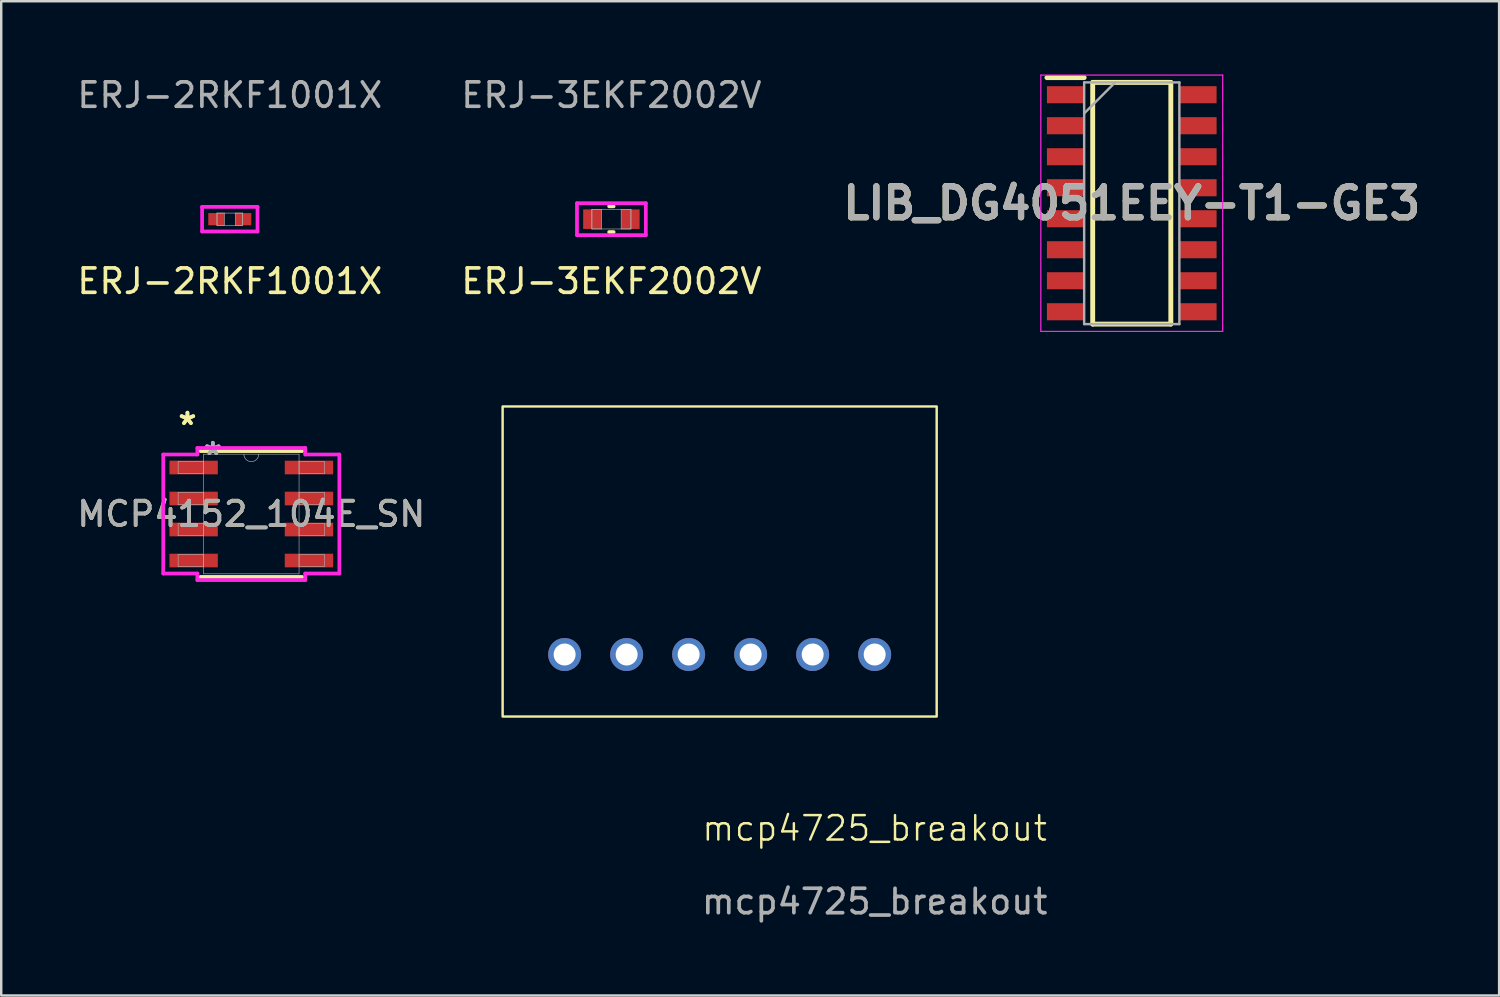
<source format=kicad_pcb>
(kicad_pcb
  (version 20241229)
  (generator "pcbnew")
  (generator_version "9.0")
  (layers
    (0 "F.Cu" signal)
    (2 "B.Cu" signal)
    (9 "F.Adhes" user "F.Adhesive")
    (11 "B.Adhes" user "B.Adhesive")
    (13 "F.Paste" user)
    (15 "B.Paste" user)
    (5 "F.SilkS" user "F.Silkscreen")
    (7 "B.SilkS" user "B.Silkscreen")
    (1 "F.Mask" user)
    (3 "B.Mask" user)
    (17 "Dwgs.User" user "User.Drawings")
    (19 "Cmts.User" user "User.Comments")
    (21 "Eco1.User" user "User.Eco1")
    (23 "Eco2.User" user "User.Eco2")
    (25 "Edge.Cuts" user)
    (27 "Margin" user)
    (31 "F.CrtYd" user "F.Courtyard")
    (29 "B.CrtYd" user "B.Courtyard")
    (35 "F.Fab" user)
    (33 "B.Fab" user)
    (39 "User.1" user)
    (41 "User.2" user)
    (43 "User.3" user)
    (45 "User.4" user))
  (footprint "LIB_DG4051EEY-T1-GE3"
    (layer "F.Cu")
    (at 43.309 5.275)
    (property "Reference" "LIB_DG4051EEY-T1-GE3" (at 0 0 0) (layer "F.SilkS") (effects (font (size 1.27 1.27) (thickness 0.254))))
    (attr smd)
    (fp_line (start -3.475 -5.145) (end -1.95 -5.145) (stroke (width 0.2) (type solid)) (layer "F.SilkS"))
    (fp_line (start -1.6 -4.95) (end 1.6 -4.95) (stroke (width 0.2) (type solid)) (layer "F.SilkS"))
    (fp_line (start -1.6 4.95) (end -1.6 -4.95) (stroke (width 0.2) (type solid)) (layer "F.SilkS"))
    (fp_line (start 1.6 -4.95) (end 1.6 4.95) (stroke (width 0.2) (type solid)) (layer "F.SilkS"))
    (fp_line (start 1.6 4.95) (end -1.6 4.95) (stroke (width 0.2) (type solid)) (layer "F.SilkS"))
    (fp_line (start -3.725 -5.25) (end 3.725 -5.25) (stroke (width 0.05) (type solid)) (layer "F.CrtYd"))
    (fp_line (start -3.725 5.25) (end -3.725 -5.25) (stroke (width 0.05) (type solid)) (layer "F.CrtYd"))
    (fp_line (start 3.725 -5.25) (end 3.725 5.25) (stroke (width 0.05) (type solid)) (layer "F.CrtYd"))
    (fp_line (start 3.725 5.25) (end -3.725 5.25) (stroke (width 0.05) (type solid)) (layer "F.CrtYd"))
    (fp_line (start -1.95 -4.95) (end 1.95 -4.95) (stroke (width 0.1) (type solid)) (layer "F.Fab"))
    (fp_line (start -1.95 -3.68) (end -0.68 -4.95) (stroke (width 0.1) (type solid)) (layer "F.Fab"))
    (fp_line (start -1.95 4.95) (end -1.95 -4.95) (stroke (width 0.1) (type solid)) (layer "F.Fab"))
    (fp_line (start 1.95 -4.95) (end 1.95 4.95) (stroke (width 0.1) (type solid)) (layer "F.Fab"))
    (fp_line (start 1.95 4.95) (end -1.95 4.95) (stroke (width 0.1) (type solid)) (layer "F.Fab"))
    (fp_text user "${REFERENCE}" (at 0 0 0) (layer "F.Fab") (effects (font (size 1.27 1.27) (thickness 0.254))))
    (pad "1" smd rect (at -2.712 -4.445 90) (size 0.7 1.525) (layers "F.Cu" "F.Mask" "F.Paste"))
    (pad "2" smd rect (at -2.712 -3.175 90) (size 0.7 1.525) (layers "F.Cu" "F.Mask" "F.Paste"))
    (pad "3" smd rect (at -2.712 -1.905 90) (size 0.7 1.525) (layers "F.Cu" "F.Mask" "F.Paste"))
    (pad "4" smd rect (at -2.712 -0.635 90) (size 0.7 1.525) (layers "F.Cu" "F.Mask" "F.Paste"))
    (pad "5" smd rect (at -2.712 0.635 90) (size 0.7 1.525) (layers "F.Cu" "F.Mask" "F.Paste"))
    (pad "6" smd rect (at -2.712 1.905 90) (size 0.7 1.525) (layers "F.Cu" "F.Mask" "F.Paste"))
    (pad "7" smd rect (at -2.712 3.175 90) (size 0.7 1.525) (layers "F.Cu" "F.Mask" "F.Paste"))
    (pad "8" smd rect (at -2.712 4.445 90) (size 0.7 1.525) (layers "F.Cu" "F.Mask" "F.Paste"))
    (pad "9" smd rect (at 2.712 4.445 90) (size 0.7 1.525) (layers "F.Cu" "F.Mask" "F.Paste"))
    (pad "10" smd rect (at 2.712 3.175 90) (size 0.7 1.525) (layers "F.Cu" "F.Mask" "F.Paste"))
    (pad "11" smd rect (at 2.712 1.905 90) (size 0.7 1.525) (layers "F.Cu" "F.Mask" "F.Paste"))
    (pad "12" smd rect (at 2.712 0.635 90) (size 0.7 1.525) (layers "F.Cu" "F.Mask" "F.Paste"))
    (pad "13" smd rect (at 2.712 -0.635 90) (size 0.7 1.525) (layers "F.Cu" "F.Mask" "F.Paste"))
    (pad "14" smd rect (at 2.712 -1.905 90) (size 0.7 1.525) (layers "F.Cu" "F.Mask" "F.Paste"))
    (pad "15" smd rect (at 2.712 -3.175 90) (size 0.7 1.525) (layers "F.Cu" "F.Mask" "F.Paste"))
    (pad "16" smd rect (at 2.712 -4.445 90) (size 0.7 1.525) (layers "F.Cu" "F.Mask" "F.Paste")))
  (footprint "ERJ-3EKF2002V"
    (layer "F.Cu")
    (at 21.994 5.928)
    (property "Reference" "ERJ-3EKF2002V" (at 0 2.54 0) (unlocked yes) (layer "F.SilkS") (effects (font (size 1 1) (thickness 0.15))))
    (attr smd)
    (fp_line (start -0.092 0.527) (end 0.092 0.527) (stroke (width 0.152) (type solid)) (layer "F.SilkS"))
    (fp_line (start 0.092 -0.527) (end -0.092 -0.527) (stroke (width 0.152) (type solid)) (layer "F.SilkS"))
    (fp_line (start -1.41 -0.654) (end 1.41 -0.654) (stroke (width 0.152) (type solid)) (layer "F.CrtYd"))
    (fp_line (start -1.41 0.654) (end -1.41 -0.654) (stroke (width 0.152) (type solid)) (layer "F.CrtYd"))
    (fp_line (start 1.41 -0.654) (end 1.41 0.654) (stroke (width 0.152) (type solid)) (layer "F.CrtYd"))
    (fp_line (start 1.41 0.654) (end -1.41 0.654) (stroke (width 0.152) (type solid)) (layer "F.CrtYd"))
    (fp_line (start -0.8 -0.4) (end -0.8 0.4) (stroke (width 0.025) (type solid)) (layer "F.Fab"))
    (fp_line (start -0.8 -0.4) (end -0.8 0.4) (stroke (width 0.025) (type solid)) (layer "F.Fab"))
    (fp_line (start -0.8 0.4) (end -0.4 0.4) (stroke (width 0.025) (type solid)) (layer "F.Fab"))
    (fp_line (start -0.8 0.4) (end 0.8 0.4) (stroke (width 0.025) (type solid)) (layer "F.Fab"))
    (fp_line (start -0.4 -0.4) (end -0.8 -0.4) (stroke (width 0.025) (type solid)) (layer "F.Fab"))
    (fp_line (start -0.4 0.4) (end -0.4 -0.4) (stroke (width 0.025) (type solid)) (layer "F.Fab"))
    (fp_line (start 0.4 -0.4) (end 0.4 0.4) (stroke (width 0.025) (type solid)) (layer "F.Fab"))
    (fp_line (start 0.4 0.4) (end 0.8 0.4) (stroke (width 0.025) (type solid)) (layer "F.Fab"))
    (fp_line (start 0.8 -0.4) (end -0.8 -0.4) (stroke (width 0.025) (type solid)) (layer "F.Fab"))
    (fp_line (start 0.8 -0.4) (end 0.4 -0.4) (stroke (width 0.025) (type solid)) (layer "F.Fab"))
    (fp_line (start 0.8 0.4) (end 0.8 -0.4) (stroke (width 0.025) (type solid)) (layer "F.Fab"))
    (fp_line (start 0.8 0.4) (end 0.8 -0.4) (stroke (width 0.025) (type solid)) (layer "F.Fab"))
    (fp_text user "${REFERENCE}" (at 0 -5.08 0) (unlocked yes) (layer "F.Fab") (effects (font (size 1 1) (thickness 0.15))))
    (pad "1" smd rect (at -0.778 0) (size 0.756 0.8) (layers "F.Cu" "F.Mask" "F.Paste"))
    (pad "2" smd rect (at 0.778 0) (size 0.756 0.8) (layers "F.Cu" "F.Mask" "F.Paste"))
    (zone (net_name "") (layer "F.Cu") (hatch full 0.508) (connect_pads) (min_thickness 0.254) (filled_areas_thickness no) (keepout (tracks not_allowed) (vias not_allowed) (pads allowed) (copperpour not_allowed) (footprints allowed)) (placement (enabled no)) (fill) (polygon (pts (xy 21.645 5.579) (xy 22.343 5.579) (xy 22.343 6.277) (xy 21.645 6.277)))))
  (footprint "MCP4152_104E_SN"
    (layer "F.Cu")
    (at 7.244 18.005)
    (property "Reference" "MCP4152_104E_SN" (at 0 0 0) (unlocked yes) (layer "F.SilkS") (effects (font (size 1 1) (thickness 0.15))))
    (attr smd)
    (fp_line (start -2.083 2.578) (end 2.083 2.578) (stroke (width 0.152) (type solid)) (layer "F.SilkS"))
    (fp_line (start 2.083 -2.578) (end -2.083 -2.578) (stroke (width 0.152) (type solid)) (layer "F.SilkS"))
    (fp_line (start -3.607 -2.438) (end -2.21 -2.438) (stroke (width 0.152) (type solid)) (layer "F.CrtYd"))
    (fp_line (start -3.607 2.438) (end -3.607 -2.438) (stroke (width 0.152) (type solid)) (layer "F.CrtYd"))
    (fp_line (start -3.607 2.438) (end -2.21 2.438) (stroke (width 0.152) (type solid)) (layer "F.CrtYd"))
    (fp_line (start -2.21 -2.705) (end 2.21 -2.705) (stroke (width 0.152) (type solid)) (layer "F.CrtYd"))
    (fp_line (start -2.21 -2.438) (end -2.21 -2.705) (stroke (width 0.152) (type solid)) (layer "F.CrtYd"))
    (fp_line (start -2.21 2.705) (end -2.21 2.438) (stroke (width 0.152) (type solid)) (layer "F.CrtYd"))
    (fp_line (start 2.21 -2.705) (end 2.21 -2.438) (stroke (width 0.152) (type solid)) (layer "F.CrtYd"))
    (fp_line (start 2.21 2.438) (end 2.21 2.705) (stroke (width 0.152) (type solid)) (layer "F.CrtYd"))
    (fp_line (start 2.21 2.705) (end -2.21 2.705) (stroke (width 0.152) (type solid)) (layer "F.CrtYd"))
    (fp_line (start 3.607 -2.438) (end 2.21 -2.438) (stroke (width 0.152) (type solid)) (layer "F.CrtYd"))
    (fp_line (start 3.607 -2.438) (end 3.607 2.438) (stroke (width 0.152) (type solid)) (layer "F.CrtYd"))
    (fp_line (start 3.607 2.438) (end 2.21 2.438) (stroke (width 0.152) (type solid)) (layer "F.CrtYd"))
    (fp_line (start -2.997 -2.159) (end -2.997 -1.651) (stroke (width 0.025) (type solid)) (layer "F.Fab"))
    (fp_line (start -2.997 -1.651) (end -1.956 -1.651) (stroke (width 0.025) (type solid)) (layer "F.Fab"))
    (fp_line (start -2.997 -0.889) (end -2.997 -0.381) (stroke (width 0.025) (type solid)) (layer "F.Fab"))
    (fp_line (start -2.997 -0.381) (end -1.956 -0.381) (stroke (width 0.025) (type solid)) (layer "F.Fab"))
    (fp_line (start -2.997 0.381) (end -2.997 0.889) (stroke (width 0.025) (type solid)) (layer "F.Fab"))
    (fp_line (start -2.997 0.889) (end -1.956 0.889) (stroke (width 0.025) (type solid)) (layer "F.Fab"))
    (fp_line (start -2.997 1.651) (end -2.997 2.159) (stroke (width 0.025) (type solid)) (layer "F.Fab"))
    (fp_line (start -2.997 2.159) (end -1.956 2.159) (stroke (width 0.025) (type solid)) (layer "F.Fab"))
    (fp_line (start -1.956 -2.451) (end -1.956 2.451) (stroke (width 0.025) (type solid)) (layer "F.Fab"))
    (fp_line (start -1.956 -2.159) (end -2.997 -2.159) (stroke (width 0.025) (type solid)) (layer "F.Fab"))
    (fp_line (start -1.956 -1.651) (end -1.956 -2.159) (stroke (width 0.025) (type solid)) (layer "F.Fab"))
    (fp_line (start -1.956 -0.889) (end -2.997 -0.889) (stroke (width 0.025) (type solid)) (layer "F.Fab"))
    (fp_line (start -1.956 -0.381) (end -1.956 -0.889) (stroke (width 0.025) (type solid)) (layer "F.Fab"))
    (fp_line (start -1.956 0.381) (end -2.997 0.381) (stroke (width 0.025) (type solid)) (layer "F.Fab"))
    (fp_line (start -1.956 0.889) (end -1.956 0.381) (stroke (width 0.025) (type solid)) (layer "F.Fab"))
    (fp_line (start -1.956 1.651) (end -2.997 1.651) (stroke (width 0.025) (type solid)) (layer "F.Fab"))
    (fp_line (start -1.956 2.159) (end -1.956 1.651) (stroke (width 0.025) (type solid)) (layer "F.Fab"))
    (fp_line (start -1.956 2.451) (end 1.956 2.451) (stroke (width 0.025) (type solid)) (layer "F.Fab"))
    (fp_line (start 1.956 -2.451) (end -1.956 -2.451) (stroke (width 0.025) (type solid)) (layer "F.Fab"))
    (fp_line (start 1.956 -2.159) (end 1.956 -1.651) (stroke (width 0.025) (type solid)) (layer "F.Fab"))
    (fp_line (start 1.956 -1.651) (end 2.997 -1.651) (stroke (width 0.025) (type solid)) (layer "F.Fab"))
    (fp_line (start 1.956 -0.889) (end 1.956 -0.381) (stroke (width 0.025) (type solid)) (layer "F.Fab"))
    (fp_line (start 1.956 -0.381) (end 2.997 -0.381) (stroke (width 0.025) (type solid)) (layer "F.Fab"))
    (fp_line (start 1.956 0.381) (end 1.956 0.889) (stroke (width 0.025) (type solid)) (layer "F.Fab"))
    (fp_line (start 1.956 0.889) (end 2.997 0.889) (stroke (width 0.025) (type solid)) (layer "F.Fab"))
    (fp_line (start 1.956 1.651) (end 1.956 2.159) (stroke (width 0.025) (type solid)) (layer "F.Fab"))
    (fp_line (start 1.956 2.159) (end 2.997 2.159) (stroke (width 0.025) (type solid)) (layer "F.Fab"))
    (fp_line (start 1.956 2.451) (end 1.956 -2.451) (stroke (width 0.025) (type solid)) (layer "F.Fab"))
    (fp_line (start 2.997 -2.159) (end 1.956 -2.159) (stroke (width 0.025) (type solid)) (layer "F.Fab"))
    (fp_line (start 2.997 -1.651) (end 2.997 -2.159) (stroke (width 0.025) (type solid)) (layer "F.Fab"))
    (fp_line (start 2.997 -0.889) (end 1.956 -0.889) (stroke (width 0.025) (type solid)) (layer "F.Fab"))
    (fp_line (start 2.997 -0.381) (end 2.997 -0.889) (stroke (width 0.025) (type solid)) (layer "F.Fab"))
    (fp_line (start 2.997 0.381) (end 1.956 0.381) (stroke (width 0.025) (type solid)) (layer "F.Fab"))
    (fp_line (start 2.997 0.889) (end 2.997 0.381) (stroke (width 0.025) (type solid)) (layer "F.Fab"))
    (fp_line (start 2.997 1.651) (end 1.956 1.651) (stroke (width 0.025) (type solid)) (layer "F.Fab"))
    (fp_line (start 2.997 2.159) (end 2.997 1.651) (stroke (width 0.025) (type solid)) (layer "F.Fab"))
    (fp_arc (start 0.3048 -2.4511) (mid 0 -2.1463) (end -0.3048 -2.4511) (stroke (width 0.0254) (type solid)) (layer "F.Fab"))
    (fp_text user "*" (at -2.616 -3.607 0) (layer "F.SilkS") (effects (font (size 1 1) (thickness 0.15))))
    (fp_text user "*" (at -2.616 -3.607 0) (unlocked yes) (layer "F.SilkS") (effects (font (size 1 1) (thickness 0.15))))
    (fp_text user "${REFERENCE}" (at 0 0 0) (unlocked yes) (layer "F.Fab") (effects (font (size 1 1) (thickness 0.15))))
    (fp_text user "*" (at -1.575 -2.375 0) (layer "F.Fab") (effects (font (size 1 1) (thickness 0.15))))
    (fp_text user "*" (at -1.575 -2.375 0) (unlocked yes) (layer "F.Fab") (effects (font (size 1 1) (thickness 0.15))))
    (pad "1" smd rect (at -2.362 -1.905) (size 1.981 0.559) (layers "F.Cu" "F.Mask" "F.Paste"))
    (pad "2" smd rect (at -2.362 -0.635) (size 1.981 0.559) (layers "F.Cu" "F.Mask" "F.Paste"))
    (pad "3" smd rect (at -2.362 0.635) (size 1.981 0.559) (layers "F.Cu" "F.Mask" "F.Paste"))
    (pad "4" smd rect (at -2.362 1.905) (size 1.981 0.559) (layers "F.Cu" "F.Mask" "F.Paste"))
    (pad "5" smd rect (at 2.362 1.905) (size 1.981 0.559) (layers "F.Cu" "F.Mask" "F.Paste"))
    (pad "6" smd rect (at 2.362 0.635) (size 1.981 0.559) (layers "F.Cu" "F.Mask" "F.Paste"))
    (pad "7" smd rect (at 2.362 -0.635) (size 1.981 0.559) (layers "F.Cu" "F.Mask" "F.Paste"))
    (pad "8" smd rect (at 2.362 -1.905) (size 1.981 0.559) (layers "F.Cu" "F.Mask" "F.Paste")))
  (footprint "mcp4725_breakout"
    (layer "F.Cu")
    (at 32.778 31.38)
    (property "Reference" "mcp4725_breakout" (at 0 -0.5 0) (unlocked yes) (layer "F.SilkS") (effects (font (size 1 1) (thickness 0.1))))
    (attr through_hole)
    (fp_rect (start -15.24 -17.78) (end 2.54 -5.08) (stroke (width 0.1) (type default)) (fill no) (layer "F.SilkS"))
    (fp_text user "${REFERENCE}" (at 0 2.5 0) (unlocked yes) (layer "F.Fab") (effects (font (size 1 1) (thickness 0.15))))
    (pad "1" thru_hole circle (at -12.7 -7.62) (size 1.35 1.35) (drill 0.9) (layers "*.Cu" "*.Mask"))
    (pad "2" thru_hole circle (at -10.16 -7.62) (size 1.35 1.35) (drill 0.9) (layers "*.Cu" "*.Mask"))
    (pad "3" thru_hole circle (at -7.62 -7.62) (size 1.35 1.35) (drill 0.9) (layers "*.Cu" "*.Mask"))
    (pad "4" thru_hole circle (at -5.08 -7.62) (size 1.35 1.35) (drill 0.9) (layers "*.Cu" "*.Mask"))
    (pad "5" thru_hole circle (at -2.54 -7.62) (size 1.35 1.35) (drill 0.9) (layers "*.Cu" "*.Mask"))
    (pad "6" thru_hole circle (at 0 -7.62) (size 1.35 1.35) (drill 0.9) (layers "*.Cu" "*.Mask")))
  (footprint "ERJ-2RKF1001X"
    (layer "F.Cu")
    (at 6.363 5.928)
    (property "Reference" "ERJ-2RKF1001X" (at 0 2.54 0) (unlocked yes) (layer "F.SilkS") (effects (font (size 1 1) (thickness 0.15))))
    (attr smd)
    (fp_line (start -1.135 -0.504) (end 1.135 -0.504) (stroke (width 0.152) (type solid)) (layer "F.CrtYd"))
    (fp_line (start -1.135 0.504) (end -1.135 -0.504) (stroke (width 0.152) (type solid)) (layer "F.CrtYd"))
    (fp_line (start 1.135 -0.504) (end 1.135 0.504) (stroke (width 0.152) (type solid)) (layer "F.CrtYd"))
    (fp_line (start 1.135 0.504) (end -1.135 0.504) (stroke (width 0.152) (type solid)) (layer "F.CrtYd"))
    (fp_line (start -0.525 -0.25) (end -0.525 0.25) (stroke (width 0.025) (type solid)) (layer "F.Fab"))
    (fp_line (start -0.525 -0.25) (end -0.525 0.25) (stroke (width 0.025) (type solid)) (layer "F.Fab"))
    (fp_line (start -0.525 0.25) (end -0.225 0.25) (stroke (width 0.025) (type solid)) (layer "F.Fab"))
    (fp_line (start -0.525 0.25) (end 0.525 0.25) (stroke (width 0.025) (type solid)) (layer "F.Fab"))
    (fp_line (start -0.225 -0.25) (end -0.525 -0.25) (stroke (width 0.025) (type solid)) (layer "F.Fab"))
    (fp_line (start -0.225 0.25) (end -0.225 -0.25) (stroke (width 0.025) (type solid)) (layer "F.Fab"))
    (fp_line (start 0.225 -0.25) (end 0.225 0.25) (stroke (width 0.025) (type solid)) (layer "F.Fab"))
    (fp_line (start 0.225 0.25) (end 0.525 0.25) (stroke (width 0.025) (type solid)) (layer "F.Fab"))
    (fp_line (start 0.525 -0.25) (end -0.525 -0.25) (stroke (width 0.025) (type solid)) (layer "F.Fab"))
    (fp_line (start 0.525 -0.25) (end 0.225 -0.25) (stroke (width 0.025) (type solid)) (layer "F.Fab"))
    (fp_line (start 0.525 0.25) (end 0.525 -0.25) (stroke (width 0.025) (type solid)) (layer "F.Fab"))
    (fp_line (start 0.525 0.25) (end 0.525 -0.25) (stroke (width 0.025) (type solid)) (layer "F.Fab"))
    (fp_text user "${REFERENCE}" (at 0 -5.08 0) (unlocked yes) (layer "F.Fab") (effects (font (size 1 1) (thickness 0.15))))
    (pad "1" smd rect (at -0.553 0) (size 0.656 0.5) (layers "F.Cu" "F.Mask" "F.Paste"))
    (pad "2" smd rect (at 0.553 0) (size 0.656 0.5) (layers "F.Cu" "F.Mask" "F.Paste"))
    (zone (net_name "") (layer "F.Cu") (hatch full 0.508) (connect_pads) (min_thickness 0.254) (filled_areas_thickness no) (keepout (tracks not_allowed) (vias not_allowed) (pads allowed) (copperpour not_allowed) (footprints allowed)) (placement (enabled no)) (fill) (polygon (pts (xy 6.189 5.729) (xy 6.537 5.729) (xy 6.537 6.127) (xy 6.189 6.127)))))
  (gr_rect
    (start -3 -3)
    (end 58.356 37.728)
    (stroke (width 0.1) (type default))
    (fill no)
    (layer "Edge.Cuts")))
</source>
